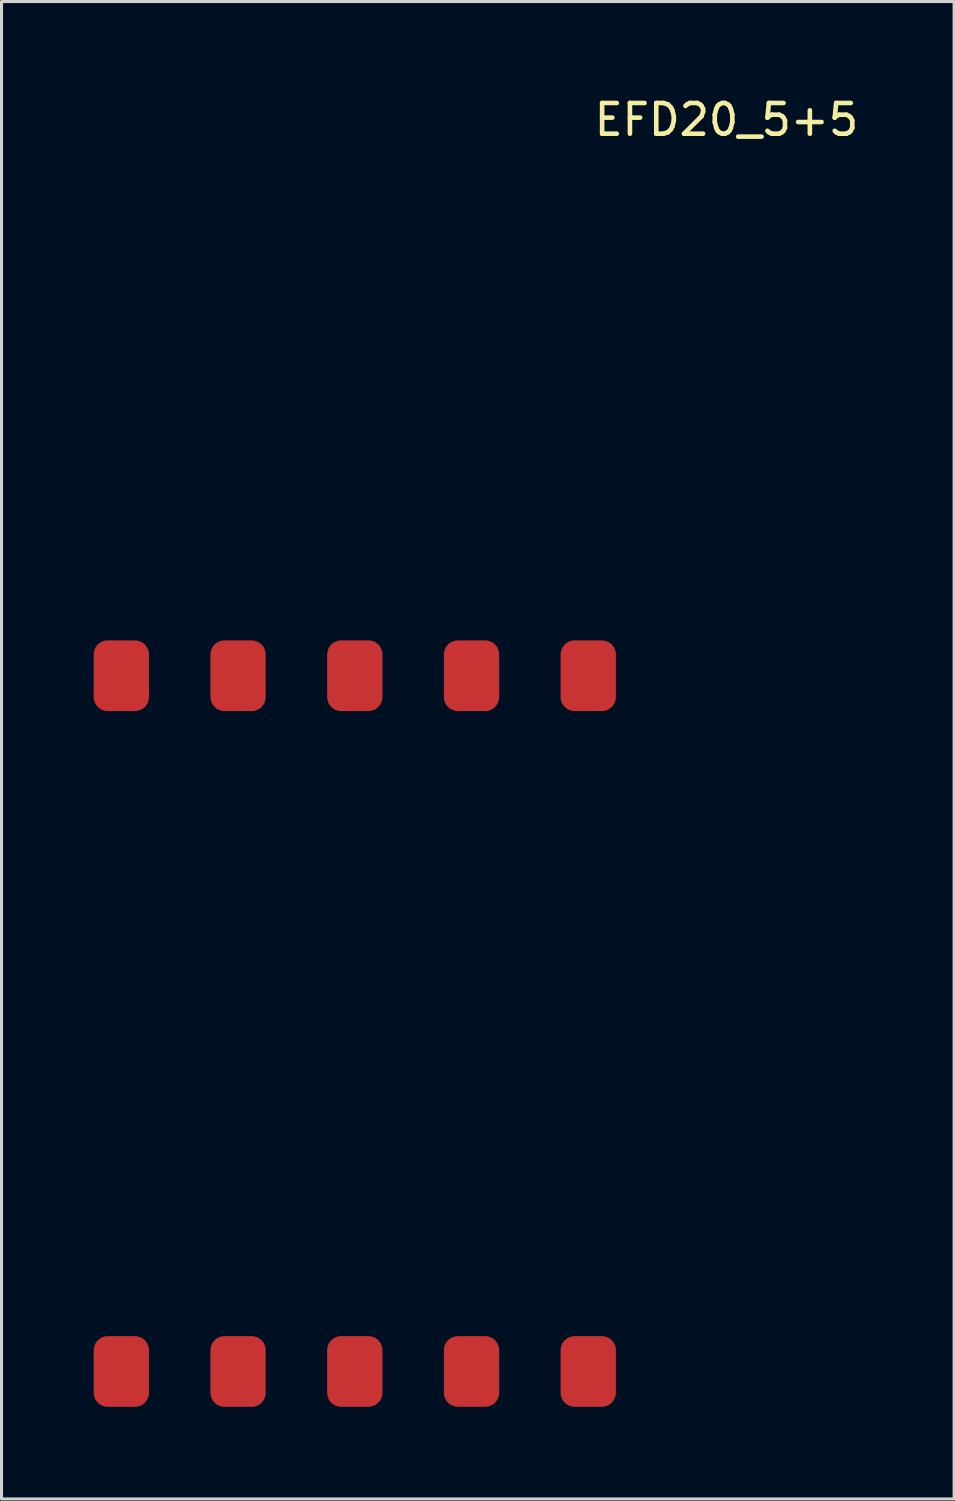
<source format=kicad_pcb>
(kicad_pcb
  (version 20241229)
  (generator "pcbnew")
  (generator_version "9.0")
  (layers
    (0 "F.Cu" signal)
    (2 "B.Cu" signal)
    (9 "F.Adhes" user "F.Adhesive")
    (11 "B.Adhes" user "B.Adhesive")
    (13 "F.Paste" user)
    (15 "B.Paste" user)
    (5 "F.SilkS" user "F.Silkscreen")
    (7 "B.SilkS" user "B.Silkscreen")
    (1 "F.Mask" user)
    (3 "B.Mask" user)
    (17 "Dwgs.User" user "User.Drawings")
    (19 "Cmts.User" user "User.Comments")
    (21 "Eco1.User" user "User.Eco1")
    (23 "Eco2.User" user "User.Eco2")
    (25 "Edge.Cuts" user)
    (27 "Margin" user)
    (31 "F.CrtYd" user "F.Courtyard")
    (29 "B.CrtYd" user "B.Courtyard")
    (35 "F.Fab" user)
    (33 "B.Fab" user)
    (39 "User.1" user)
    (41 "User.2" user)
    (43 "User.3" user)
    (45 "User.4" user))
  (footprint "EFD20_5+5"
    (layer "F.Cu")
    (at 16.1 18.948)
    (property "Reference" "EFD20_5+5" (at 4.5 -18.1 0) (layer "F.SilkS") (effects (font (size 1 1) (thickness 0.15))))
    (attr through_hole)
    (pad "1" smd roundrect (at 0 0) (size 1.8 2.3) (layers "F.Cu" "F.Mask" "F.Paste") (roundrect_rratio 0.25))
    (pad "2" smd roundrect (at -3.8 0) (size 1.8 2.3) (layers "F.Cu" "F.Mask" "F.Paste") (roundrect_rratio 0.25))
    (pad "3" smd roundrect (at -7.6 0) (size 1.8 2.3) (layers "F.Cu" "F.Mask" "F.Paste") (roundrect_rratio 0.25))
    (pad "4" smd roundrect (at -11.4 0) (size 1.8 2.3) (layers "F.Cu" "F.Mask" "F.Paste") (roundrect_rratio 0.25))
    (pad "5" smd roundrect (at -15.2 0) (size 1.8 2.3) (layers "F.Cu" "F.Mask" "F.Paste") (roundrect_rratio 0.25))
    (pad "6" smd roundrect (at -15.2 22.65) (size 1.8 2.3) (layers "F.Cu" "F.Mask" "F.Paste") (roundrect_rratio 0.25))
    (pad "7" smd roundrect (at -11.4 22.65) (size 1.8 2.3) (layers "F.Cu" "F.Mask" "F.Paste") (roundrect_rratio 0.25))
    (pad "8" smd roundrect (at -7.6 22.65) (size 1.8 2.3) (layers "F.Cu" "F.Mask" "F.Paste") (roundrect_rratio 0.25))
    (pad "9" smd roundrect (at -3.8 22.65) (size 1.8 2.3) (layers "F.Cu" "F.Mask" "F.Paste") (roundrect_rratio 0.25))
    (pad "10" smd roundrect (at 0 22.65) (size 1.8 2.3) (layers "F.Cu" "F.Mask" "F.Paste") (roundrect_rratio 0.25)))
  (gr_rect
    (start -3 -3)
    (end 28.011 45.748)
    (stroke (width 0.1) (type default))
    (fill no)
    (layer "Edge.Cuts")))
</source>
